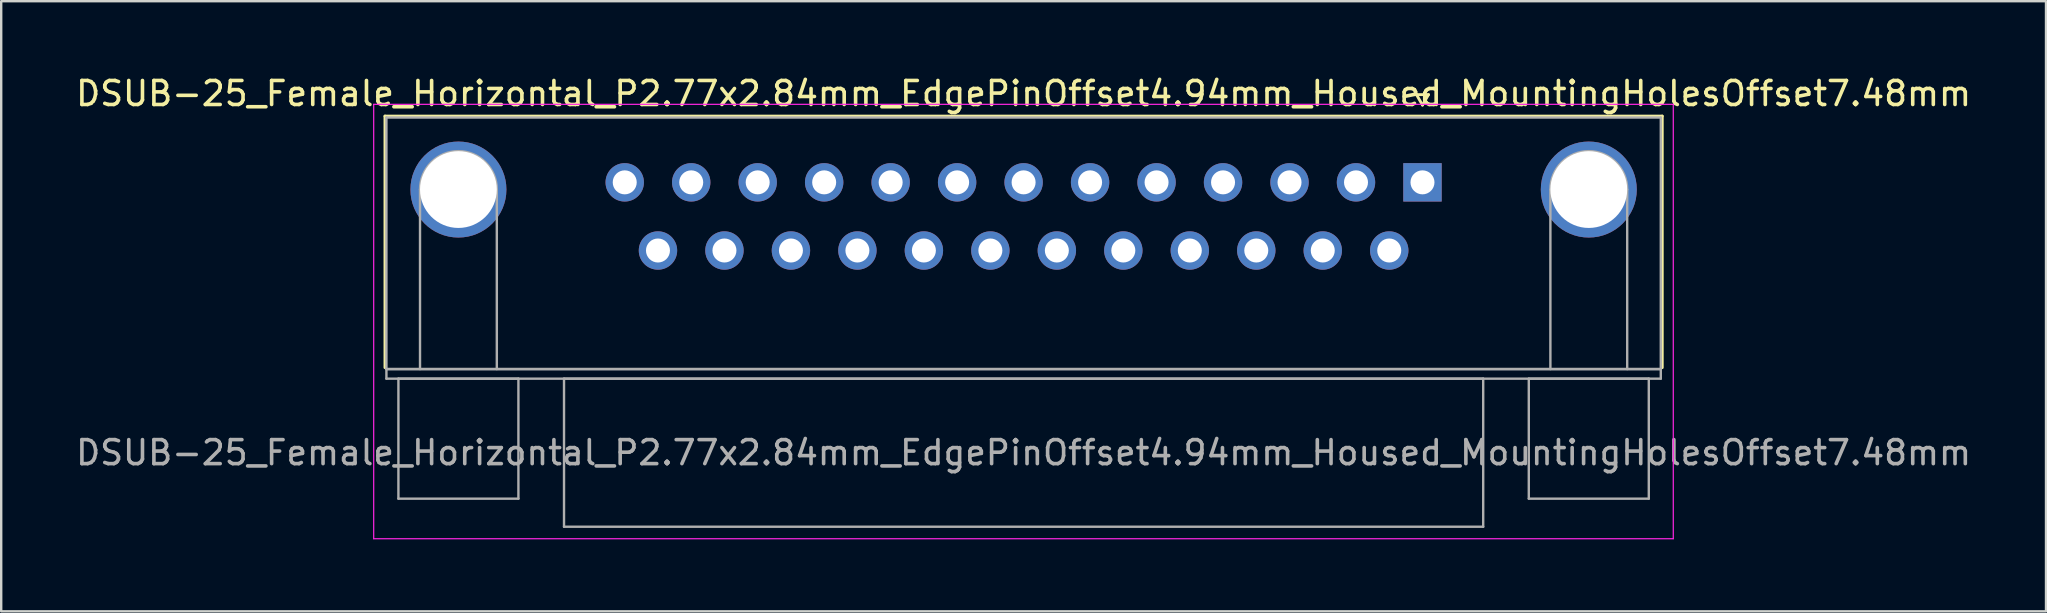
<source format=kicad_pcb>
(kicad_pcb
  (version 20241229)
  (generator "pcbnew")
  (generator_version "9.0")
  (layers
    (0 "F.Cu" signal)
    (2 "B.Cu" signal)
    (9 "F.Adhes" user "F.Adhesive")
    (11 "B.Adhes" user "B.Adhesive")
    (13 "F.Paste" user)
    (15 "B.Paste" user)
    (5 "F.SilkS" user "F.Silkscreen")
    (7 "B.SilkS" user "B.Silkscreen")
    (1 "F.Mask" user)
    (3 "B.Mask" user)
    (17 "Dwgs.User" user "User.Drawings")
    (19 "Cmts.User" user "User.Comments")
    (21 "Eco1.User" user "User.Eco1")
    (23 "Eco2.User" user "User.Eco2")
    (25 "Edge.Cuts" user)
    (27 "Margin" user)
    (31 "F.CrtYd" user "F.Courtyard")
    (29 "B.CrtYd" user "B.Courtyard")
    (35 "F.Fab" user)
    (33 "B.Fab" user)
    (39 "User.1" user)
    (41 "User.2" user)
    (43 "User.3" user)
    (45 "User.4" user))
  (footprint "DSUB-25_Female_Horizontal_P2.77x2.84mm_EdgePinOffset4.94mm_Housed_MountingHolesOffset7.48mm"
    (layer "F.Cu")
    (at 56.221 4.548)
    (property "Reference" "DSUB-25_Female_Horizontal_P2.77x2.84mm_EdgePinOffset4.94mm_Housed_MountingHolesOffset7.48mm" (at -16.62 -3.7 0) (layer "F.SilkS") (effects (font (size 1 1) (thickness 0.15))))
    (attr through_hole)
    (fp_line (start -43.23 -2.76) (end 9.99 -2.76) (stroke (width 0.12) (type solid)) (layer "F.SilkS"))
    (fp_line (start -43.23 7.72) (end -43.23 -2.76) (stroke (width 0.12) (type solid)) (layer "F.SilkS"))
    (fp_line (start -0.25 -3.654) (end 0.25 -3.654) (stroke (width 0.12) (type solid)) (layer "F.SilkS"))
    (fp_line (start 0 -3.221) (end -0.25 -3.654) (stroke (width 0.12) (type solid)) (layer "F.SilkS"))
    (fp_line (start 0.25 -3.654) (end 0 -3.221) (stroke (width 0.12) (type solid)) (layer "F.SilkS"))
    (fp_line (start 9.99 -2.76) (end 9.99 7.72) (stroke (width 0.12) (type solid)) (layer "F.SilkS"))
    (fp_line (start -43.7 -3.25) (end -43.7 14.85) (stroke (width 0.05) (type solid)) (layer "F.CrtYd"))
    (fp_line (start -43.7 14.85) (end 10.45 14.85) (stroke (width 0.05) (type solid)) (layer "F.CrtYd"))
    (fp_line (start 10.45 -3.25) (end -43.7 -3.25) (stroke (width 0.05) (type solid)) (layer "F.CrtYd"))
    (fp_line (start 10.45 14.85) (end 10.45 -3.25) (stroke (width 0.05) (type solid)) (layer "F.CrtYd"))
    (fp_line (start -43.17 -2.7) (end -43.17 7.78) (stroke (width 0.1) (type solid)) (layer "F.Fab"))
    (fp_line (start -43.17 7.78) (end -43.17 8.18) (stroke (width 0.1) (type solid)) (layer "F.Fab"))
    (fp_line (start -43.17 7.78) (end 9.93 7.78) (stroke (width 0.1) (type solid)) (layer "F.Fab"))
    (fp_line (start -43.17 8.18) (end 9.93 8.18) (stroke (width 0.1) (type solid)) (layer "F.Fab"))
    (fp_line (start -42.67 8.18) (end -42.67 13.18) (stroke (width 0.1) (type solid)) (layer "F.Fab"))
    (fp_line (start -42.67 13.18) (end -37.67 13.18) (stroke (width 0.1) (type solid)) (layer "F.Fab"))
    (fp_line (start -41.77 7.78) (end -41.77 0.3) (stroke (width 0.1) (type solid)) (layer "F.Fab"))
    (fp_line (start -38.57 7.78) (end -38.57 0.3) (stroke (width 0.1) (type solid)) (layer "F.Fab"))
    (fp_line (start -37.67 8.18) (end -42.67 8.18) (stroke (width 0.1) (type solid)) (layer "F.Fab"))
    (fp_line (start -37.67 13.18) (end -37.67 8.18) (stroke (width 0.1) (type solid)) (layer "F.Fab"))
    (fp_line (start -35.77 8.18) (end -35.77 14.35) (stroke (width 0.1) (type solid)) (layer "F.Fab"))
    (fp_line (start -35.77 14.35) (end 2.53 14.35) (stroke (width 0.1) (type solid)) (layer "F.Fab"))
    (fp_line (start 2.53 8.18) (end -35.77 8.18) (stroke (width 0.1) (type solid)) (layer "F.Fab"))
    (fp_line (start 2.53 14.35) (end 2.53 8.18) (stroke (width 0.1) (type solid)) (layer "F.Fab"))
    (fp_line (start 4.43 8.18) (end 4.43 13.18) (stroke (width 0.1) (type solid)) (layer "F.Fab"))
    (fp_line (start 4.43 13.18) (end 9.43 13.18) (stroke (width 0.1) (type solid)) (layer "F.Fab"))
    (fp_line (start 5.33 7.78) (end 5.33 0.3) (stroke (width 0.1) (type solid)) (layer "F.Fab"))
    (fp_line (start 8.53 7.78) (end 8.53 0.3) (stroke (width 0.1) (type solid)) (layer "F.Fab"))
    (fp_line (start 9.43 8.18) (end 4.43 8.18) (stroke (width 0.1) (type solid)) (layer "F.Fab"))
    (fp_line (start 9.43 13.18) (end 9.43 8.18) (stroke (width 0.1) (type solid)) (layer "F.Fab"))
    (fp_line (start 9.93 -2.7) (end -43.17 -2.7) (stroke (width 0.1) (type solid)) (layer "F.Fab"))
    (fp_line (start 9.93 7.78) (end -43.17 7.78) (stroke (width 0.1) (type solid)) (layer "F.Fab"))
    (fp_line (start 9.93 7.78) (end 9.93 -2.7) (stroke (width 0.1) (type solid)) (layer "F.Fab"))
    (fp_line (start 9.93 8.18) (end 9.93 7.78) (stroke (width 0.1) (type solid)) (layer "F.Fab"))
    (fp_arc (start -41.77 0.3) (mid -40.17 -1.3) (end -38.57 0.3) (stroke (width 0.1) (type solid)) (layer "F.Fab"))
    (fp_arc (start 5.33 0.3) (mid 6.93 -1.3) (end 8.53 0.3) (stroke (width 0.1) (type solid)) (layer "F.Fab"))
    (fp_text user "${REFERENCE}" (at -16.62 11.265 0) (layer "F.Fab") (effects (font (size 1 1) (thickness 0.15))))
    (pad "0" thru_hole circle (at -40.17 0.3) (size 4 4) (drill 3.2) (layers "*.Cu" "*.Mask"))
    (pad "0" thru_hole circle (at 6.93 0.3) (size 4 4) (drill 3.2) (layers "*.Cu" "*.Mask"))
    (pad "1" thru_hole rect (at 0 0) (size 1.6 1.6) (drill 1) (layers "*.Cu" "*.Mask"))
    (pad "2" thru_hole circle (at -2.77 0) (size 1.6 1.6) (drill 1) (layers "*.Cu" "*.Mask"))
    (pad "3" thru_hole circle (at -5.54 0) (size 1.6 1.6) (drill 1) (layers "*.Cu" "*.Mask"))
    (pad "4" thru_hole circle (at -8.31 0) (size 1.6 1.6) (drill 1) (layers "*.Cu" "*.Mask"))
    (pad "5" thru_hole circle (at -11.08 0) (size 1.6 1.6) (drill 1) (layers "*.Cu" "*.Mask"))
    (pad "6" thru_hole circle (at -13.85 0) (size 1.6 1.6) (drill 1) (layers "*.Cu" "*.Mask"))
    (pad "7" thru_hole circle (at -16.62 0) (size 1.6 1.6) (drill 1) (layers "*.Cu" "*.Mask"))
    (pad "8" thru_hole circle (at -19.39 0) (size 1.6 1.6) (drill 1) (layers "*.Cu" "*.Mask"))
    (pad "9" thru_hole circle (at -22.16 0) (size 1.6 1.6) (drill 1) (layers "*.Cu" "*.Mask"))
    (pad "10" thru_hole circle (at -24.93 0) (size 1.6 1.6) (drill 1) (layers "*.Cu" "*.Mask"))
    (pad "11" thru_hole circle (at -27.7 0) (size 1.6 1.6) (drill 1) (layers "*.Cu" "*.Mask"))
    (pad "12" thru_hole circle (at -30.47 0) (size 1.6 1.6) (drill 1) (layers "*.Cu" "*.Mask"))
    (pad "13" thru_hole circle (at -33.24 0) (size 1.6 1.6) (drill 1) (layers "*.Cu" "*.Mask"))
    (pad "14" thru_hole circle (at -1.385 2.84) (size 1.6 1.6) (drill 1) (layers "*.Cu" "*.Mask"))
    (pad "15" thru_hole circle (at -4.155 2.84) (size 1.6 1.6) (drill 1) (layers "*.Cu" "*.Mask"))
    (pad "16" thru_hole circle (at -6.925 2.84) (size 1.6 1.6) (drill 1) (layers "*.Cu" "*.Mask"))
    (pad "17" thru_hole circle (at -9.695 2.84) (size 1.6 1.6) (drill 1) (layers "*.Cu" "*.Mask"))
    (pad "18" thru_hole circle (at -12.465 2.84) (size 1.6 1.6) (drill 1) (layers "*.Cu" "*.Mask"))
    (pad "19" thru_hole circle (at -15.235 2.84) (size 1.6 1.6) (drill 1) (layers "*.Cu" "*.Mask"))
    (pad "20" thru_hole circle (at -18.005 2.84) (size 1.6 1.6) (drill 1) (layers "*.Cu" "*.Mask"))
    (pad "21" thru_hole circle (at -20.775 2.84) (size 1.6 1.6) (drill 1) (layers "*.Cu" "*.Mask"))
    (pad "22" thru_hole circle (at -23.545 2.84) (size 1.6 1.6) (drill 1) (layers "*.Cu" "*.Mask"))
    (pad "23" thru_hole circle (at -26.315 2.84) (size 1.6 1.6) (drill 1) (layers "*.Cu" "*.Mask"))
    (pad "24" thru_hole circle (at -29.085 2.84) (size 1.6 1.6) (drill 1) (layers "*.Cu" "*.Mask"))
    (pad "25" thru_hole circle (at -31.855 2.84) (size 1.6 1.6) (drill 1) (layers "*.Cu" "*.Mask")))
  (gr_rect
    (start -3 -3)
    (end 82.202 22.423)
    (stroke (width 0.1) (type default))
    (fill no)
    (layer "Edge.Cuts")))
</source>
